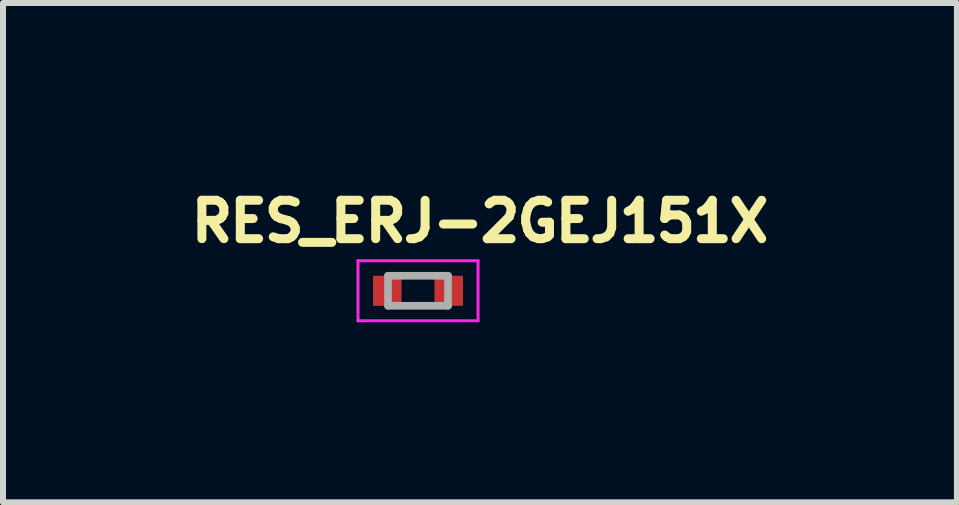
<source format=kicad_pcb>
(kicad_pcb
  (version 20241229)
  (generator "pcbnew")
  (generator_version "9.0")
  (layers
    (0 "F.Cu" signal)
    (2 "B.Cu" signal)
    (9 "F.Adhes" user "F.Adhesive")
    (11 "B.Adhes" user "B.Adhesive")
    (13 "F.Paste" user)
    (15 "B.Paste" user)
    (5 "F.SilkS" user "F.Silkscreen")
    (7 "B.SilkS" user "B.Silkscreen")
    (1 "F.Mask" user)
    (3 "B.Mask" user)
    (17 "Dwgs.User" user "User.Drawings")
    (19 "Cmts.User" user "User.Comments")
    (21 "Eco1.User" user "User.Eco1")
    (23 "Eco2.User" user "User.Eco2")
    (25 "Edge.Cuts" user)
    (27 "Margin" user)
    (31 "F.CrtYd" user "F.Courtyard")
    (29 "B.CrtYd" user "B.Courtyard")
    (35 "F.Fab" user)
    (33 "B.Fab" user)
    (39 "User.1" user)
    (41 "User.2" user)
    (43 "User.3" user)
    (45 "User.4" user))
  (footprint "RES_ERJ-2GEJ151X"
    (layer "F.Cu")
    (at 3.914 1.794)
    (property "Reference" "RES_ERJ-2GEJ151X" (at 1.032 -1.156 0) (layer "F.SilkS") (effects (font (size 0.64 0.64) (thickness 0.15))))
    (attr smd)
    (fp_line (start -1 -0.5) (end -1 0.5) (stroke (width 0.05) (type solid)) (layer "F.CrtYd"))
    (fp_line (start -1 0.5) (end 1 0.5) (stroke (width 0.05) (type solid)) (layer "F.CrtYd"))
    (fp_line (start 1 -0.5) (end -1 -0.5) (stroke (width 0.05) (type solid)) (layer "F.CrtYd"))
    (fp_line (start 1 0.5) (end 1 -0.5) (stroke (width 0.05) (type solid)) (layer "F.CrtYd"))
    (fp_line (start -0.5 -0.25) (end -0.5 0.25) (stroke (width 0.127) (type solid)) (layer "F.Fab"))
    (fp_line (start -0.5 -0.25) (end 0.5 -0.25) (stroke (width 0.127) (type solid)) (layer "F.Fab"))
    (fp_line (start -0.5 0.25) (end 0.5 0.25) (stroke (width 0.127) (type solid)) (layer "F.Fab"))
    (fp_line (start 0.5 -0.25) (end 0.5 0.25) (stroke (width 0.127) (type solid)) (layer "F.Fab"))
    (pad "1" smd rect (at -0.512 0) (size 0.475 0.5) (layers "F.Cu" "F.Mask" "F.Paste"))
    (pad "2" smd rect (at 0.512 0) (size 0.475 0.5) (layers "F.Cu" "F.Mask" "F.Paste")))
  (gr_rect
    (start -3 -3)
    (end 12.892 5.319)
    (stroke (width 0.1) (type default))
    (fill no)
    (layer "Edge.Cuts")))
</source>
